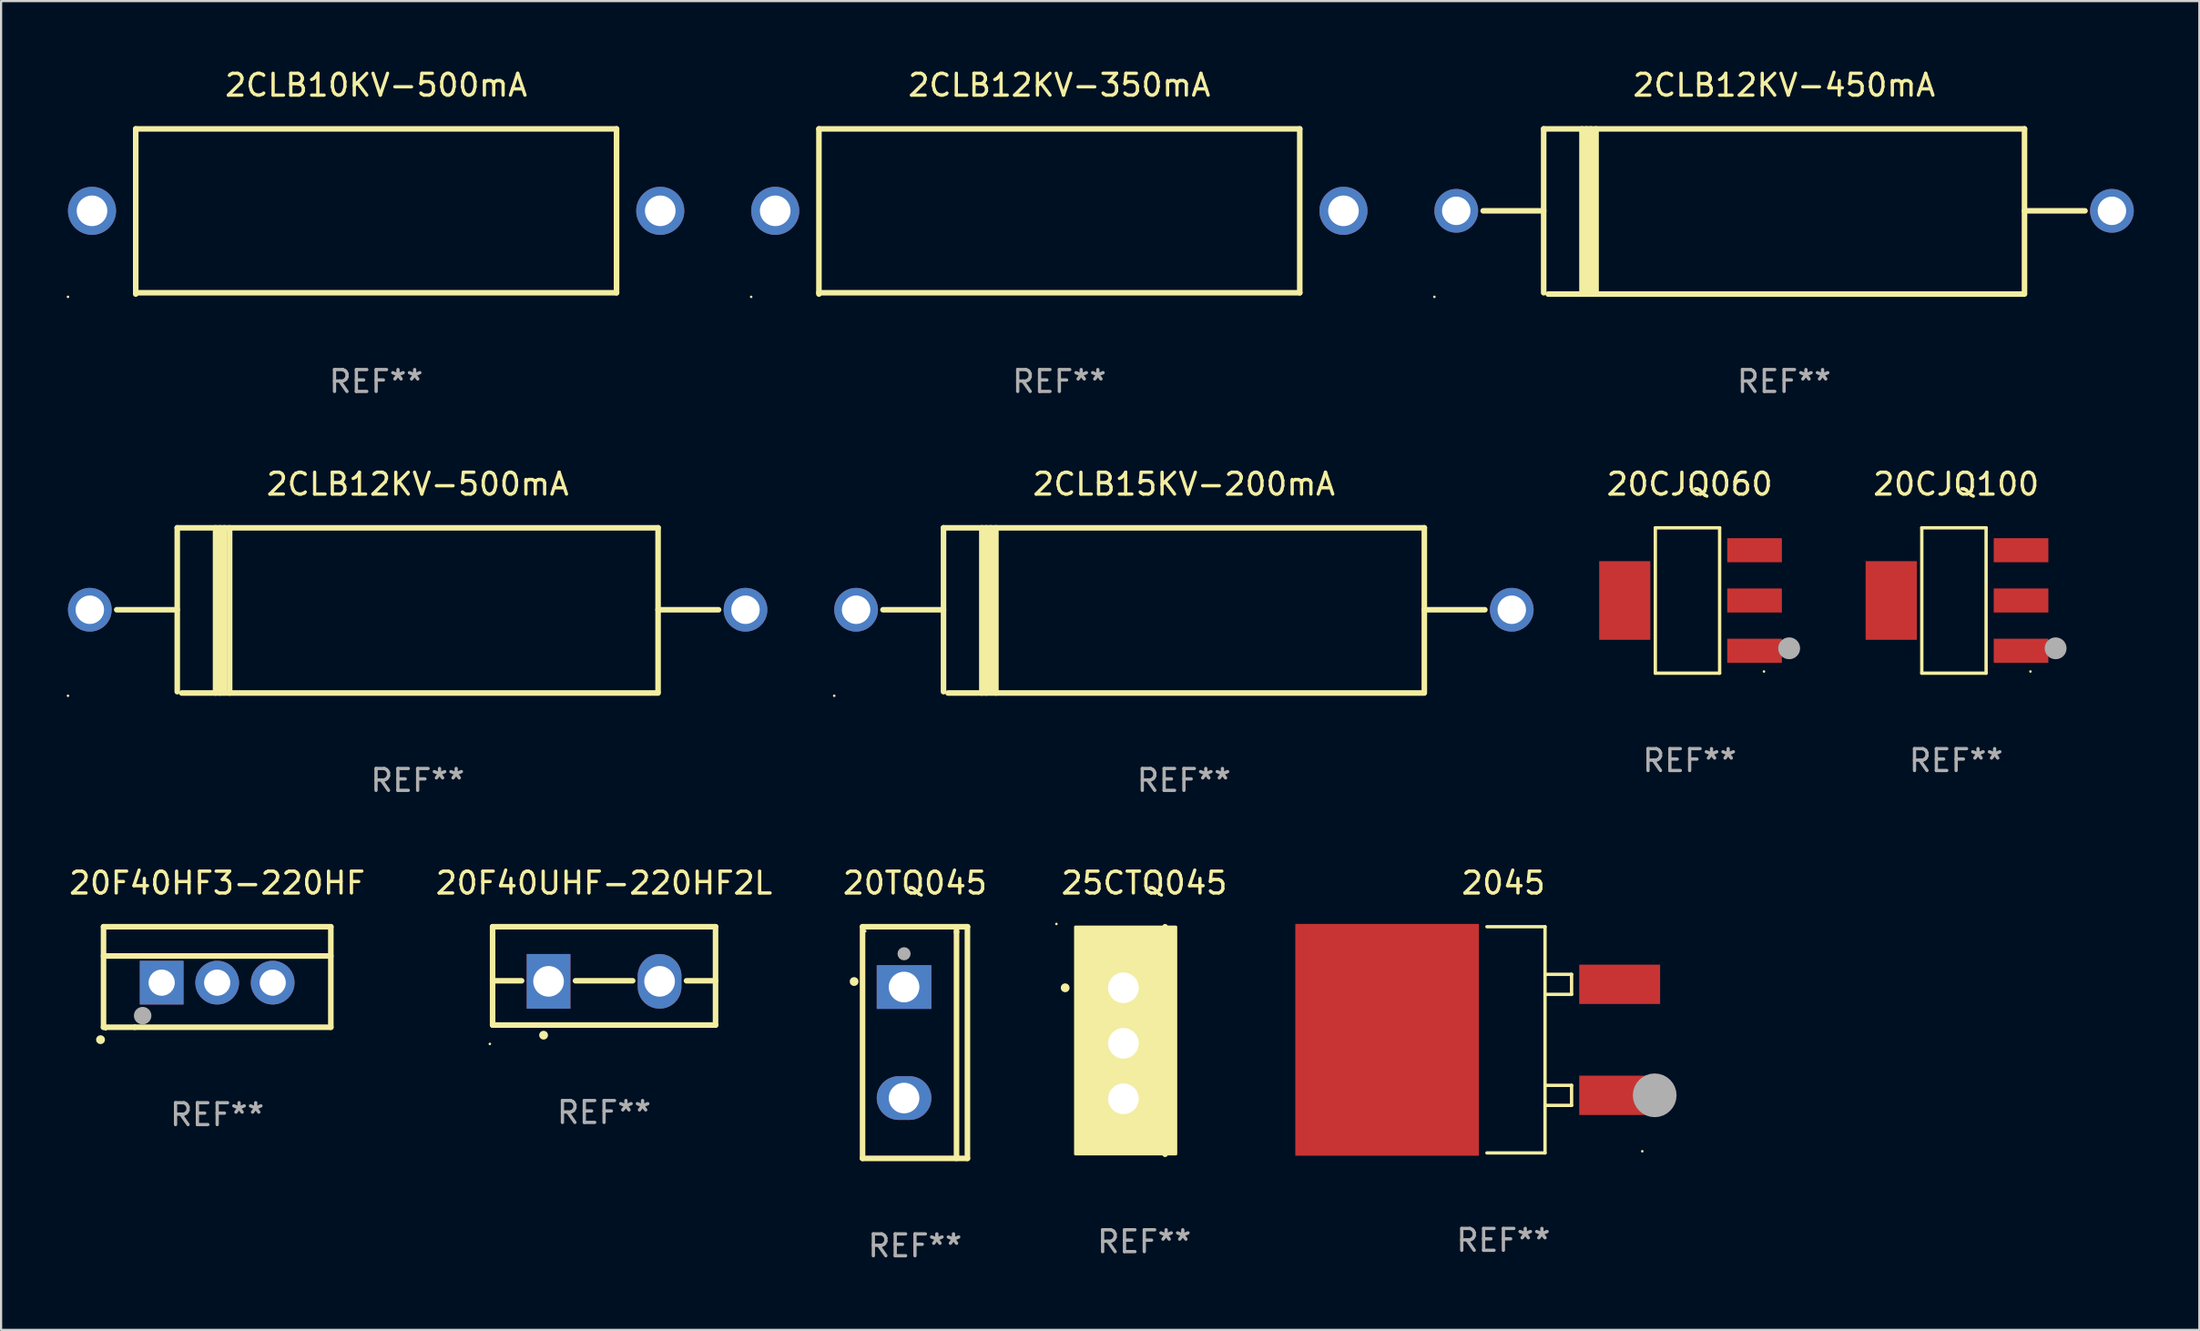
<source format=kicad_pcb>
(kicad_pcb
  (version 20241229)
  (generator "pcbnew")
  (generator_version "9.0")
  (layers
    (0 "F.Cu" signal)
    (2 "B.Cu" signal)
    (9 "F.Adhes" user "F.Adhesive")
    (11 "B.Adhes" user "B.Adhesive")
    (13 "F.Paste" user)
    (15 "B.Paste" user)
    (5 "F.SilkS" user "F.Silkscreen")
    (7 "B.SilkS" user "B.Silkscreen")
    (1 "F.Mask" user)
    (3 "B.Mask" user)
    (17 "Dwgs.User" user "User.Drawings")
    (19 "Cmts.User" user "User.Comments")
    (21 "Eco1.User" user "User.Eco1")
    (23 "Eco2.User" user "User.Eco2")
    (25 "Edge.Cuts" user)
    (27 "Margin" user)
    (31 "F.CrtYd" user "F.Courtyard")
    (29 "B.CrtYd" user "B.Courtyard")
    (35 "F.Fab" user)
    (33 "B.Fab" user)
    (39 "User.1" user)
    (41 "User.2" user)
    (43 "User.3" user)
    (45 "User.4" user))
  (footprint "2045"
    (layer "F.Cu")
    (at 65.737 44.537)
    (property "Reference" "2045" (at 0 -7.176 0) (layer "F.SilkS") (effects (font (size 1 1) (thickness 0.15))))
    (attr through_hole)
    (fp_line (start -0.754 -5.176) (end 1.905 -5.176) (stroke (width 0.152) (type solid)) (layer "F.SilkS"))
    (fp_line (start -0.754 5.176) (end 1.905 5.176) (stroke (width 0.152) (type solid)) (layer "F.SilkS"))
    (fp_line (start 1.905 -2.997) (end 3.12 -2.997) (stroke (width 0.152) (type solid)) (layer "F.SilkS"))
    (fp_line (start 1.905 2.083) (end 3.12 2.083) (stroke (width 0.152) (type solid)) (layer "F.SilkS"))
    (fp_line (start 1.905 5.176) (end 1.905 -5.176) (stroke (width 0.152) (type solid)) (layer "F.SilkS"))
    (fp_line (start 3.12 -2.997) (end 3.12 -2.08) (stroke (width 0.152) (type solid)) (layer "F.SilkS"))
    (fp_line (start 3.12 -2.08) (end 1.905 -2.08) (stroke (width 0.152) (type solid)) (layer "F.SilkS"))
    (fp_line (start 3.12 2.083) (end 3.12 3) (stroke (width 0.152) (type solid)) (layer "F.SilkS"))
    (fp_line (start 3.12 3) (end 1.905 3) (stroke (width 0.152) (type solid)) (layer "F.SilkS"))
    (fp_circle (center 6.355 5.1) (end 6.385 5.1) (stroke (width 0.06) (type solid)) (fill no) (layer "F.SilkS"))
    (fp_circle (center 6.923 2.54) (end 7.423 2.54) (stroke (width 1) (type solid)) (fill no) (layer "F.Fab"))
    (fp_text user "REF**" (at 0 9.176 0) (layer "F.Fab") (effects (font (size 1 1) (thickness 0.15))))
    (pad "1" smd rect (at 5.321 2.54) (size 3.7 1.8) (layers "F.Cu" "F.Mask" "F.Paste"))
    (pad "2" smd rect (at -5.321 0) (size 8.4 10.608) (layers "F.Cu" "F.Mask" "F.Paste"))
    (pad "3" smd rect (at 5.321 -2.54) (size 3.7 1.8) (layers "F.Cu" "F.Mask" "F.Paste")))
  (footprint "20CJQ060"
    (layer "F.Cu")
    (at 74.26 24.431)
    (property "Reference" "20CJQ060" (at 0 -5.326 0) (layer "F.SilkS") (effects (font (size 1 1) (thickness 0.15))))
    (attr through_hole)
    (fp_line (start -1.571 -3.326) (end 1.371 -3.326) (stroke (width 0.152) (type solid)) (layer "F.SilkS"))
    (fp_line (start -1.571 3.326) (end -1.571 -3.326) (stroke (width 0.152) (type solid)) (layer "F.SilkS"))
    (fp_line (start 1.371 -3.326) (end 1.371 3.326) (stroke (width 0.152) (type solid)) (layer "F.SilkS"))
    (fp_line (start 1.371 3.326) (end -1.571 3.326) (stroke (width 0.152) (type solid)) (layer "F.SilkS"))
    (fp_circle (center 3.4 3.25) (end 3.43 3.25) (stroke (width 0.06) (type solid)) (fill no) (layer "F.SilkS"))
    (fp_circle (center 4.552 2.188) (end 4.802 2.188) (stroke (width 0.5) (type solid)) (fill no) (layer "F.Fab"))
    (fp_text user "REF**" (at 0 7.326 0) (layer "F.Fab") (effects (font (size 1 1) (thickness 0.15))))
    (pad "1" smd rect (at 2.97 2.3) (size 2.5 1.1) (layers "F.Cu" "F.Mask" "F.Paste"))
    (pad "2" smd rect (at 2.97 0) (size 2.5 1.1) (layers "F.Cu" "F.Mask" "F.Paste"))
    (pad "3" smd rect (at 2.97 -2.3) (size 2.5 1.1) (layers "F.Cu" "F.Mask" "F.Paste"))
    (pad "4" smd rect (at -2.97 0) (size 2.34 3.6) (layers "F.Cu" "F.Mask" "F.Paste")))
  (footprint "2CLB12KV-450mA"
    (layer "F.Cu")
    (at 78.58 6.628)
    (property "Reference" "2CLB12KV-450mA" (at 0 -5.78 0) (layer "F.SilkS") (effects (font (size 1 1) (thickness 0.15))))
    (attr through_hole)
    (fp_line (start -13.769 -0.03) (end -11 -0.03) (stroke (width 0.254) (type solid)) (layer "F.SilkS"))
    (fp_line (start -11 -3.78) (end -11 3.72) (stroke (width 0.254) (type solid)) (layer "F.SilkS"))
    (fp_line (start -11 -3.78) (end 11 -3.78) (stroke (width 0.254) (type solid)) (layer "F.SilkS"))
    (fp_line (start -10.795 3.78) (end 11 3.78) (stroke (width 0.254) (type solid)) (layer "F.SilkS"))
    (fp_line (start -9.247 -3.78) (end -9.247 3.78) (stroke (width 0.254) (type solid)) (layer "F.SilkS"))
    (fp_line (start -9.044 -3.78) (end -9.044 3.78) (stroke (width 0.254) (type solid)) (layer "F.SilkS"))
    (fp_line (start -8.84 -3.78) (end -8.84 3.653) (stroke (width 0.254) (type solid)) (layer "F.SilkS"))
    (fp_line (start -8.603 -3.78) (end -8.603 3.78) (stroke (width 0.254) (type solid)) (layer "F.SilkS"))
    (fp_line (start 11 -3.78) (end 11 3.72) (stroke (width 0.254) (type solid)) (layer "F.SilkS"))
    (fp_line (start 13.769 -0.03) (end 11 -0.03) (stroke (width 0.254) (type solid)) (layer "F.SilkS"))
    (fp_circle (center -16 3.907) (end -15.97 3.907) (stroke (width 0.06) (type solid)) (fill no) (layer "F.SilkS"))
    (fp_text user "REF**" (at 0 7.78 0) (layer "F.Fab") (effects (font (size 1 1) (thickness 0.15))))
    (pad "1" thru_hole circle (at -15 -0.03) (size 2 2) (drill 1.3) (layers "*.Cu" "*.Mask"))
    (pad "2" thru_hole circle (at 15 -0.03) (size 2 2) (drill 1.3) (layers "*.Cu" "*.Mask")))
  (footprint "20TQ045"
    (layer "F.Cu")
    (at 38.815 44.662)
    (property "Reference" "20TQ045" (at 0 -7.301 0) (layer "F.SilkS") (effects (font (size 1 1) (thickness 0.15))))
    (attr through_hole)
    (fp_line (start -2.399 -5.301) (end 2.394 -5.301) (stroke (width 0.254) (type solid)) (layer "F.SilkS"))
    (fp_line (start -2.399 5.301) (end -2.399 -5.301) (stroke (width 0.254) (type solid)) (layer "F.SilkS"))
    (fp_line (start 1.9 -5.061) (end 1.9 -5.3) (stroke (width 0.254) (type solid)) (layer "F.SilkS"))
    (fp_line (start 1.9 5.3) (end 1.9 -5.061) (stroke (width 0.254) (type solid)) (layer "F.SilkS"))
    (fp_line (start 2.394 -5.301) (end 2.399 -5.301) (stroke (width 0.254) (type solid)) (layer "F.SilkS"))
    (fp_line (start 2.399 -5.301) (end 2.399 5.301) (stroke (width 0.254) (type solid)) (layer "F.SilkS"))
    (fp_line (start 2.399 5.301) (end -2.399 5.301) (stroke (width 0.254) (type solid)) (layer "F.SilkS"))
    (fp_arc (start -2.786043 -2.791466) (mid -2.786047 -2.792736) (end -2.786043 -2.794006) (stroke (width 0.4) (type solid)) (layer "F.SilkS"))
    (fp_circle (center -2.275 -5.1) (end -2.245 -5.1) (stroke (width 0.06) (type solid)) (fill no) (layer "F.SilkS"))
    (fp_circle (center -0.5 -4.064) (end -0.35 -4.064) (stroke (width 0.3) (type solid)) (fill no) (layer "F.Fab"))
    (fp_text user "REF**" (at 0 9.301 0) (layer "F.Fab") (effects (font (size 1 1) (thickness 0.15))))
    (pad "1" thru_hole rect (at -0.5 -2.54 270) (size 2 2.5) (drill 1.4) (layers "*.Cu" "*.Mask"))
    (pad "3" thru_hole oval (at -0.5 2.54 270) (size 2 2.5) (drill 1.4) (layers "*.Cu" "*.Mask")))
  (footprint "20F40HF3-220HF"
    (layer "F.Cu")
    (at 6.887 41.661)
    (property "Reference" "20F40HF3-220HF" (at 0 -4.3 0) (layer "F.SilkS") (effects (font (size 1 1) (thickness 0.15))))
    (attr through_hole)
    (fp_line (start -5.2 -2.3) (end -5.2 2.3) (stroke (width 0.254) (type solid)) (layer "F.SilkS"))
    (fp_line (start -5.2 -0.961) (end 5.2 -0.961) (stroke (width 0.254) (type solid)) (layer "F.SilkS"))
    (fp_line (start -5.2 2.3) (end -3.768 2.3) (stroke (width 0.254) (type solid)) (layer "F.SilkS"))
    (fp_line (start -3.768 2.3) (end 5.2 2.3) (stroke (width 0.254) (type solid)) (layer "F.SilkS"))
    (fp_line (start 5.2 -2.3) (end -5.2 -2.3) (stroke (width 0.254) (type solid)) (layer "F.SilkS"))
    (fp_line (start 5.2 -2.3) (end 5.2 2.3) (stroke (width 0.254) (type solid)) (layer "F.SilkS"))
    (fp_arc (start -5.340005 2.870003) (mid -5.337465 2.869987) (end -5.334925 2.870003) (stroke (width 0.4) (type solid)) (layer "F.SilkS"))
    (fp_circle (center -5.1 2.4) (end -5.07 2.4) (stroke (width 0.06) (type solid)) (fill no) (layer "F.SilkS"))
    (fp_circle (center -3.41 1.77) (end -3.21 1.77) (stroke (width 0.4) (type solid)) (fill no) (layer "F.Fab"))
    (fp_text user "REF**" (at 0 6.3 0) (layer "F.Fab") (effects (font (size 1 1) (thickness 0.15))))
    (pad "1" thru_hole rect (at -2.54 0.26) (size 2 2) (drill 1.2) (layers "*.Cu" "*.Mask"))
    (pad "2" thru_hole circle (at 0 0.26) (size 2 2) (drill 1.2) (layers "*.Cu" "*.Mask"))
    (pad "3" thru_hole circle (at 2.54 0.26) (size 2 2) (drill 1.2) (layers "*.Cu" "*.Mask")))
  (footprint "2CLB12KV-350mA"
    (layer "F.Cu")
    (at 45.42 6.628)
    (property "Reference" "2CLB12KV-350mA" (at 0 -5.78 0) (layer "F.SilkS") (effects (font (size 1 1) (thickness 0.15))))
    (attr through_hole)
    (fp_line (start -11 -3.78) (end -11 3.78) (stroke (width 0.254) (type solid)) (layer "F.SilkS"))
    (fp_line (start -11 -3.78) (end 11 -3.78) (stroke (width 0.254) (type solid)) (layer "F.SilkS"))
    (fp_line (start -11 3.72) (end 11 3.72) (stroke (width 0.254) (type solid)) (layer "F.SilkS"))
    (fp_line (start 11 -3.78) (end 11 3.72) (stroke (width 0.254) (type solid)) (layer "F.SilkS"))
    (fp_circle (center -14.1 3.907) (end -14.07 3.907) (stroke (width 0.06) (type solid)) (fill no) (layer "F.SilkS"))
    (fp_text user "REF**" (at 0 7.78 0) (layer "F.Fab") (effects (font (size 1 1) (thickness 0.15))))
    (pad "1" thru_hole circle (at -13 -0.03) (size 2.2 2.2) (drill 1.4) (layers "*.Cu" "*.Mask"))
    (pad "2" thru_hole circle (at 13 -0.03) (size 2.2 2.2) (drill 1.4) (layers "*.Cu" "*.Mask")))
  (footprint "2CLB12KV-500mA"
    (layer "F.Cu")
    (at 16.06 24.885)
    (property "Reference" "2CLB12KV-500mA" (at 0 -5.78 0) (layer "F.SilkS") (effects (font (size 1 1) (thickness 0.15))))
    (attr through_hole)
    (fp_line (start -13.769 -0.03) (end -11 -0.03) (stroke (width 0.254) (type solid)) (layer "F.SilkS"))
    (fp_line (start -11 -3.78) (end -11 3.72) (stroke (width 0.254) (type solid)) (layer "F.SilkS"))
    (fp_line (start -11 -3.78) (end 11 -3.78) (stroke (width 0.254) (type solid)) (layer "F.SilkS"))
    (fp_line (start -10.795 3.78) (end 11 3.78) (stroke (width 0.254) (type solid)) (layer "F.SilkS"))
    (fp_line (start -9.247 -3.78) (end -9.247 3.78) (stroke (width 0.254) (type solid)) (layer "F.SilkS"))
    (fp_line (start -9.044 -3.78) (end -9.044 3.78) (stroke (width 0.254) (type solid)) (layer "F.SilkS"))
    (fp_line (start -8.84 -3.78) (end -8.84 3.653) (stroke (width 0.254) (type solid)) (layer "F.SilkS"))
    (fp_line (start -8.603 -3.78) (end -8.603 3.78) (stroke (width 0.254) (type solid)) (layer "F.SilkS"))
    (fp_line (start 11 -3.78) (end 11 3.72) (stroke (width 0.254) (type solid)) (layer "F.SilkS"))
    (fp_line (start 13.769 -0.03) (end 11 -0.03) (stroke (width 0.254) (type solid)) (layer "F.SilkS"))
    (fp_circle (center -16 3.907) (end -15.97 3.907) (stroke (width 0.06) (type solid)) (fill no) (layer "F.SilkS"))
    (fp_text user "REF**" (at 0 7.78 0) (layer "F.Fab") (effects (font (size 1 1) (thickness 0.15))))
    (pad "1" thru_hole circle (at -15 -0.03) (size 2 2) (drill 1.3) (layers "*.Cu" "*.Mask"))
    (pad "2" thru_hole circle (at 15 -0.03) (size 2 2) (drill 1.3) (layers "*.Cu" "*.Mask")))
  (footprint "2CLB15KV-200mA"
    (layer "F.Cu")
    (at 51.12 24.885)
    (property "Reference" "2CLB15KV-200mA" (at 0 -5.78 0) (layer "F.SilkS") (effects (font (size 1 1) (thickness 0.15))))
    (attr through_hole)
    (fp_line (start -13.769 -0.03) (end -11 -0.03) (stroke (width 0.254) (type solid)) (layer "F.SilkS"))
    (fp_line (start -11 -3.78) (end -11 3.72) (stroke (width 0.254) (type solid)) (layer "F.SilkS"))
    (fp_line (start -11 -3.78) (end 11 -3.78) (stroke (width 0.254) (type solid)) (layer "F.SilkS"))
    (fp_line (start -10.795 3.78) (end 11 3.78) (stroke (width 0.254) (type solid)) (layer "F.SilkS"))
    (fp_line (start -9.247 -3.78) (end -9.247 3.78) (stroke (width 0.254) (type solid)) (layer "F.SilkS"))
    (fp_line (start -9.044 -3.78) (end -9.044 3.78) (stroke (width 0.254) (type solid)) (layer "F.SilkS"))
    (fp_line (start -8.84 -3.78) (end -8.84 3.653) (stroke (width 0.254) (type solid)) (layer "F.SilkS"))
    (fp_line (start -8.603 -3.78) (end -8.603 3.78) (stroke (width 0.254) (type solid)) (layer "F.SilkS"))
    (fp_line (start 11 -3.78) (end 11 3.72) (stroke (width 0.254) (type solid)) (layer "F.SilkS"))
    (fp_line (start 13.769 -0.03) (end 11 -0.03) (stroke (width 0.254) (type solid)) (layer "F.SilkS"))
    (fp_circle (center -16 3.907) (end -15.97 3.907) (stroke (width 0.06) (type solid)) (fill no) (layer "F.SilkS"))
    (fp_text user "REF**" (at 0 7.78 0) (layer "F.Fab") (effects (font (size 1 1) (thickness 0.15))))
    (pad "1" thru_hole circle (at -15 -0.03) (size 2 2) (drill 1.3) (layers "*.Cu" "*.Mask"))
    (pad "2" thru_hole circle (at 15 -0.03) (size 2 2) (drill 1.3) (layers "*.Cu" "*.Mask")))
  (footprint "2CLB10KV-500mA"
    (layer "F.Cu")
    (at 14.16 6.628)
    (property "Reference" "2CLB10KV-500mA" (at 0 -5.78 0) (layer "F.SilkS") (effects (font (size 1 1) (thickness 0.15))))
    (attr through_hole)
    (fp_line (start -11 -3.78) (end -11 3.78) (stroke (width 0.254) (type solid)) (layer "F.SilkS"))
    (fp_line (start -11 -3.78) (end 11 -3.78) (stroke (width 0.254) (type solid)) (layer "F.SilkS"))
    (fp_line (start -11 3.72) (end 11 3.72) (stroke (width 0.254) (type solid)) (layer "F.SilkS"))
    (fp_line (start 11 -3.78) (end 11 3.72) (stroke (width 0.254) (type solid)) (layer "F.SilkS"))
    (fp_circle (center -14.1 3.907) (end -14.07 3.907) (stroke (width 0.06) (type solid)) (fill no) (layer "F.SilkS"))
    (fp_text user "REF**" (at 0 7.78 0) (layer "F.Fab") (effects (font (size 1 1) (thickness 0.15))))
    (pad "1" thru_hole circle (at -13 -0.03) (size 2.2 2.2) (drill 1.4) (layers "*.Cu" "*.Mask"))
    (pad "2" thru_hole circle (at 13 -0.03) (size 2.2 2.2) (drill 1.4) (layers "*.Cu" "*.Mask")))
  (footprint "20CJQ100"
    (layer "F.Cu")
    (at 86.452 24.431)
    (property "Reference" "20CJQ100" (at 0 -5.326 0) (layer "F.SilkS") (effects (font (size 1 1) (thickness 0.15))))
    (attr through_hole)
    (fp_line (start -1.571 -3.326) (end 1.371 -3.326) (stroke (width 0.152) (type solid)) (layer "F.SilkS"))
    (fp_line (start -1.571 3.326) (end -1.571 -3.326) (stroke (width 0.152) (type solid)) (layer "F.SilkS"))
    (fp_line (start 1.371 -3.326) (end 1.371 3.326) (stroke (width 0.152) (type solid)) (layer "F.SilkS"))
    (fp_line (start 1.371 3.326) (end -1.571 3.326) (stroke (width 0.152) (type solid)) (layer "F.SilkS"))
    (fp_circle (center 3.4 3.25) (end 3.43 3.25) (stroke (width 0.06) (type solid)) (fill no) (layer "F.SilkS"))
    (fp_circle (center 4.552 2.188) (end 4.802 2.188) (stroke (width 0.5) (type solid)) (fill no) (layer "F.Fab"))
    (fp_text user "REF**" (at 0 7.326 0) (layer "F.Fab") (effects (font (size 1 1) (thickness 0.15))))
    (pad "1" smd rect (at 2.97 2.3) (size 2.5 1.1) (layers "F.Cu" "F.Mask" "F.Paste"))
    (pad "2" smd rect (at 2.97 0) (size 2.5 1.1) (layers "F.Cu" "F.Mask" "F.Paste"))
    (pad "3" smd rect (at 2.97 -2.3) (size 2.5 1.1) (layers "F.Cu" "F.Mask" "F.Paste"))
    (pad "4" smd rect (at -2.97 0) (size 2.34 3.6) (layers "F.Cu" "F.Mask" "F.Paste")))
  (footprint "25CTQ045"
    (layer "F.Cu")
    (at 49.306 44.568)
    (property "Reference" "25CTQ045" (at 0 -7.207 0) (layer "F.SilkS") (effects (font (size 1 1) (thickness 0.15))))
    (attr through_hole)
    (fp_line (start 0.953 5.207) (end 0.953 -5.207) (stroke (width 0.254) (type solid)) (layer "F.SilkS"))
    (fp_arc (start -3.619507 -2.410465) (mid -3.619511 -2.411735) (end -3.619507 -2.413005) (stroke (width 0.4) (type solid)) (layer "F.SilkS"))
    (fp_circle (center -4.02 -5.334) (end -3.99 -5.334) (stroke (width 0.06) (type solid)) (fill no) (layer "F.SilkS"))
    (fp_poly (pts (xy -3.152 -5.2) (xy 1.448 -5.2) (xy 1.448 5.2) (xy -3.152 5.2)) (stroke (width 0.12) (type solid)) (fill yes) (layer "F.SilkS"))
    (fp_text user "REF**" (at 0 9.207 0) (layer "F.Fab") (effects (font (size 1 1) (thickness 0.15))))
    (pad "1" thru_hole rect (at -0.953 -2.413 270) (size 2 2.5) (drill 1.4) (layers "*.Cu" "*.Mask"))
    (pad "2" thru_hole oval (at -0.953 0.127 270) (size 2 2.5) (drill 1.4) (layers "*.Cu" "*.Mask"))
    (pad "3" thru_hole oval (at -0.953 2.667 270) (size 2 2.5) (drill 1.4) (layers "*.Cu" "*.Mask")))
  (footprint "20F40UHF-220HF2L"
    (layer "F.Cu")
    (at 24.589 41.611)
    (property "Reference" "20F40UHF-220HF2L" (at 0 -4.25 0) (layer "F.SilkS") (effects (font (size 1 1) (thickness 0.15))))
    (attr through_hole)
    (fp_line (start -5.1 -2.25) (end -5.1 2.25) (stroke (width 0.254) (type solid)) (layer "F.SilkS"))
    (fp_line (start -5.1 0.224) (end -3.772 0.224) (stroke (width 0.254) (type solid)) (layer "F.SilkS"))
    (fp_line (start -5.1 2.25) (end 5.1 2.25) (stroke (width 0.254) (type solid)) (layer "F.SilkS"))
    (fp_line (start -1.308 0.224) (end 1.309 0.224) (stroke (width 0.254) (type solid)) (layer "F.SilkS"))
    (fp_line (start 3.771 0.224) (end 5.1 0.224) (stroke (width 0.254) (type solid)) (layer "F.SilkS"))
    (fp_line (start 5.1 -2.25) (end -5.1 -2.25) (stroke (width 0.254) (type solid)) (layer "F.SilkS"))
    (fp_line (start 5.1 -2.25) (end 5.1 2.25) (stroke (width 0.254) (type solid)) (layer "F.SilkS"))
    (fp_arc (start -2.768606 2.713805) (mid -2.767336 2.713801) (end -2.766066 2.713805) (stroke (width 0.4) (type solid)) (layer "F.SilkS"))
    (fp_circle (center -5.227 3.114) (end -5.197 3.114) (stroke (width 0.06) (type solid)) (fill no) (layer "F.SilkS"))
    (fp_text user "REF**" (at 0 6.25 0) (layer "F.Fab") (effects (font (size 1 1) (thickness 0.15))))
    (pad "1" thru_hole rect (at -2.54 0.25) (size 2 2.5) (drill 1.4) (layers "*.Cu" "*.Mask"))
    (pad "3" thru_hole oval (at 2.54 0.25) (size 2 2.5) (drill 1.4) (layers "*.Cu" "*.Mask")))
  (gr_rect
    (start -3 -3)
    (end 97.58 57.812)
    (stroke (width 0.1) (type default))
    (fill no)
    (layer "Edge.Cuts")))
</source>
